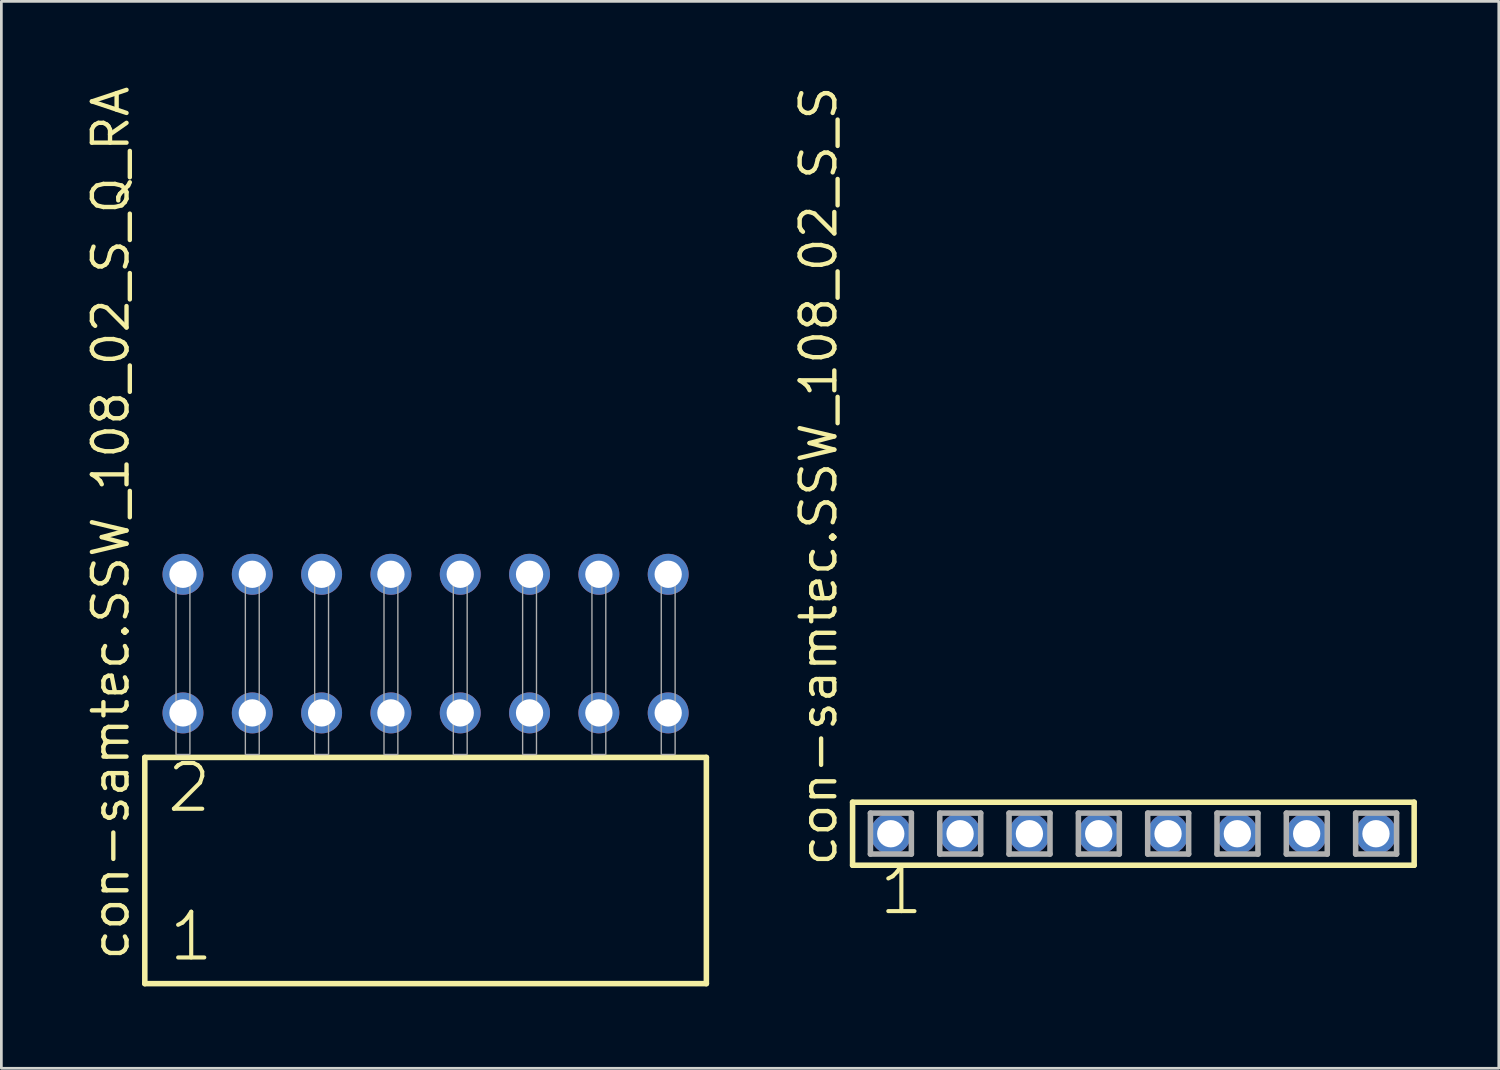
<source format=kicad_pcb>
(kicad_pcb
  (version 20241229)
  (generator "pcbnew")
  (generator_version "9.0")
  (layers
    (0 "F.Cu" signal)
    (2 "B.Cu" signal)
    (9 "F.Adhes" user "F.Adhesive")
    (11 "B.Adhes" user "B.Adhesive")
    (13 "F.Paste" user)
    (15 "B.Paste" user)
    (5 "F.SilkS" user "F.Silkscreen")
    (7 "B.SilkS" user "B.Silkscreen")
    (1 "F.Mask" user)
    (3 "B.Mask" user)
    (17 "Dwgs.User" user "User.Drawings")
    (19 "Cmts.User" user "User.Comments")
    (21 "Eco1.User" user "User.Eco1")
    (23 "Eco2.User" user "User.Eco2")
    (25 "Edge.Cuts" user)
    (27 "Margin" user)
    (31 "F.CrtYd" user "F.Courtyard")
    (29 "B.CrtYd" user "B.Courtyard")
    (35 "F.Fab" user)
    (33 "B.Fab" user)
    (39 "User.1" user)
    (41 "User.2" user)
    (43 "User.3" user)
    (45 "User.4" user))
  (footprint "con-samtec.SSW_108_02_S_Q_RA"
    (layer "F.Cu")
    (at 12.545 24.598)
    (property "Reference" "con-samtec.SSW_108_02_S_Q_RA" (at -10.795 7.62 90) (layer "F.SilkS") (effects (font (size 1.27 1.27) (thickness 0.16)) (justify left bottom)))
    (attr through_hole)
    (fp_line (start -10.289 0.106) (end -10.289 8.396) (stroke (width 0.203) (type default)) (layer "F.SilkS"))
    (fp_line (start -10.289 8.396) (end 10.289 8.396) (stroke (width 0.203) (type default)) (layer "F.SilkS"))
    (fp_line (start 10.289 0.106) (end -10.289 0.106) (stroke (width 0.203) (type default)) (layer "F.SilkS"))
    (fp_line (start 10.289 8.396) (end 10.289 0.106) (stroke (width 0.203) (type default)) (layer "F.SilkS"))
    (fp_rect (start -9.144 0) (end -8.636 -6.858) (stroke (width 0.05) (type default)) (fill no) (layer "F.Fab"))
    (fp_rect (start -6.604 0) (end -6.096 -6.858) (stroke (width 0.05) (type default)) (fill no) (layer "F.Fab"))
    (fp_rect (start -4.064 0) (end -3.556 -6.858) (stroke (width 0.05) (type default)) (fill no) (layer "F.Fab"))
    (fp_rect (start -1.524 0) (end -1.016 -6.858) (stroke (width 0.05) (type default)) (fill no) (layer "F.Fab"))
    (fp_rect (start 1.016 0) (end 1.524 -6.858) (stroke (width 0.05) (type default)) (fill no) (layer "F.Fab"))
    (fp_rect (start 3.556 0) (end 4.064 -6.858) (stroke (width 0.05) (type default)) (fill no) (layer "F.Fab"))
    (fp_rect (start 6.096 0) (end 6.604 -6.858) (stroke (width 0.05) (type default)) (fill no) (layer "F.Fab"))
    (fp_rect (start 8.636 0) (end 9.144 -6.858) (stroke (width 0.05) (type default)) (fill no) (layer "F.Fab"))
    (fp_text user "1" (at -9.485 7.65 0) (layer "F.SilkS") (effects (font (size 1.676 1.676) (thickness 0.15)) (justify left bottom)))
    (fp_text user "2" (at -9.56 2.2 0) (layer "F.SilkS") (effects (font (size 1.676 1.676) (thickness 0.15)) (justify left bottom)))
    (pad "1" thru_hole circle (at -8.89 -1.524) (size 1.5 1.5) (drill 1) (layers "*.Cu" "*.Mask"))
    (pad "2" thru_hole circle (at -8.89 -6.604) (size 1.5 1.5) (drill 1) (layers "*.Cu" "*.Mask"))
    (pad "3" thru_hole circle (at -6.35 -1.524) (size 1.5 1.5) (drill 1) (layers "*.Cu" "*.Mask"))
    (pad "4" thru_hole circle (at -6.35 -6.604) (size 1.5 1.5) (drill 1) (layers "*.Cu" "*.Mask"))
    (pad "5" thru_hole circle (at -3.81 -1.524) (size 1.5 1.5) (drill 1) (layers "*.Cu" "*.Mask"))
    (pad "6" thru_hole circle (at -3.81 -6.604) (size 1.5 1.5) (drill 1) (layers "*.Cu" "*.Mask"))
    (pad "7" thru_hole circle (at -1.27 -1.524) (size 1.5 1.5) (drill 1) (layers "*.Cu" "*.Mask"))
    (pad "8" thru_hole circle (at -1.27 -6.604) (size 1.5 1.5) (drill 1) (layers "*.Cu" "*.Mask"))
    (pad "9" thru_hole circle (at 1.27 -1.524) (size 1.5 1.5) (drill 1) (layers "*.Cu" "*.Mask"))
    (pad "10" thru_hole circle (at 1.27 -6.604) (size 1.5 1.5) (drill 1) (layers "*.Cu" "*.Mask"))
    (pad "11" thru_hole circle (at 3.81 -1.524) (size 1.5 1.5) (drill 1) (layers "*.Cu" "*.Mask"))
    (pad "12" thru_hole circle (at 3.81 -6.604) (size 1.5 1.5) (drill 1) (layers "*.Cu" "*.Mask"))
    (pad "13" thru_hole circle (at 6.35 -1.524) (size 1.5 1.5) (drill 1) (layers "*.Cu" "*.Mask"))
    (pad "14" thru_hole circle (at 6.35 -6.604) (size 1.5 1.5) (drill 1) (layers "*.Cu" "*.Mask"))
    (pad "15" thru_hole circle (at 8.89 -1.524) (size 1.5 1.5) (drill 1) (layers "*.Cu" "*.Mask"))
    (pad "16" thru_hole circle (at 8.89 -6.604) (size 1.5 1.5) (drill 1) (layers "*.Cu" "*.Mask")))
  (footprint "con-samtec.SSW_108_02_S_S"
    (layer "F.Cu")
    (at 38.481 27.501)
    (property "Reference" "con-samtec.SSW_108_02_S_S" (at -10.795 1.27 90) (layer "F.SilkS") (effects (font (size 1.27 1.27) (thickness 0.16)) (justify left bottom)))
    (attr through_hole)
    (fp_line (start -10.289 -1.155) (end 10.289 -1.155) (stroke (width 0.203) (type default)) (layer "F.SilkS"))
    (fp_line (start -10.289 1.155) (end -10.289 -1.155) (stroke (width 0.203) (type default)) (layer "F.SilkS"))
    (fp_line (start 10.289 -1.155) (end 10.289 1.155) (stroke (width 0.203) (type default)) (layer "F.SilkS"))
    (fp_line (start 10.289 1.155) (end -10.289 1.155) (stroke (width 0.203) (type default)) (layer "F.SilkS"))
    (fp_line (start -9.635 -0.755) (end -8.135 -0.755) (stroke (width 0.203) (type default)) (layer "F.Fab"))
    (fp_line (start -9.635 0.745) (end -9.635 -0.755) (stroke (width 0.203) (type default)) (layer "F.Fab"))
    (fp_line (start -8.135 -0.755) (end -8.135 0.745) (stroke (width 0.203) (type default)) (layer "F.Fab"))
    (fp_line (start -8.135 0.745) (end -9.635 0.745) (stroke (width 0.203) (type default)) (layer "F.Fab"))
    (fp_line (start -7.095 -0.755) (end -5.595 -0.755) (stroke (width 0.203) (type default)) (layer "F.Fab"))
    (fp_line (start -7.095 0.745) (end -7.095 -0.755) (stroke (width 0.203) (type default)) (layer "F.Fab"))
    (fp_line (start -5.595 -0.755) (end -5.595 0.745) (stroke (width 0.203) (type default)) (layer "F.Fab"))
    (fp_line (start -5.595 0.745) (end -7.095 0.745) (stroke (width 0.203) (type default)) (layer "F.Fab"))
    (fp_line (start -4.555 -0.755) (end -3.055 -0.755) (stroke (width 0.203) (type default)) (layer "F.Fab"))
    (fp_line (start -4.555 0.745) (end -4.555 -0.755) (stroke (width 0.203) (type default)) (layer "F.Fab"))
    (fp_line (start -3.055 -0.755) (end -3.055 0.745) (stroke (width 0.203) (type default)) (layer "F.Fab"))
    (fp_line (start -3.055 0.745) (end -4.555 0.745) (stroke (width 0.203) (type default)) (layer "F.Fab"))
    (fp_line (start -2.015 -0.755) (end -0.515 -0.755) (stroke (width 0.203) (type default)) (layer "F.Fab"))
    (fp_line (start -2.015 0.745) (end -2.015 -0.755) (stroke (width 0.203) (type default)) (layer "F.Fab"))
    (fp_line (start -0.515 -0.755) (end -0.515 0.745) (stroke (width 0.203) (type default)) (layer "F.Fab"))
    (fp_line (start -0.515 0.745) (end -2.015 0.745) (stroke (width 0.203) (type default)) (layer "F.Fab"))
    (fp_line (start 0.525 -0.755) (end 2.025 -0.755) (stroke (width 0.203) (type default)) (layer "F.Fab"))
    (fp_line (start 0.525 0.745) (end 0.525 -0.755) (stroke (width 0.203) (type default)) (layer "F.Fab"))
    (fp_line (start 2.025 -0.755) (end 2.025 0.745) (stroke (width 0.203) (type default)) (layer "F.Fab"))
    (fp_line (start 2.025 0.745) (end 0.525 0.745) (stroke (width 0.203) (type default)) (layer "F.Fab"))
    (fp_line (start 3.065 -0.755) (end 4.565 -0.755) (stroke (width 0.203) (type default)) (layer "F.Fab"))
    (fp_line (start 3.065 0.745) (end 3.065 -0.755) (stroke (width 0.203) (type default)) (layer "F.Fab"))
    (fp_line (start 4.565 -0.755) (end 4.565 0.745) (stroke (width 0.203) (type default)) (layer "F.Fab"))
    (fp_line (start 4.565 0.745) (end 3.065 0.745) (stroke (width 0.203) (type default)) (layer "F.Fab"))
    (fp_line (start 5.605 -0.755) (end 7.105 -0.755) (stroke (width 0.203) (type default)) (layer "F.Fab"))
    (fp_line (start 5.605 0.745) (end 5.605 -0.755) (stroke (width 0.203) (type default)) (layer "F.Fab"))
    (fp_line (start 7.105 -0.755) (end 7.105 0.745) (stroke (width 0.203) (type default)) (layer "F.Fab"))
    (fp_line (start 7.105 0.745) (end 5.605 0.745) (stroke (width 0.203) (type default)) (layer "F.Fab"))
    (fp_line (start 8.145 -0.755) (end 9.645 -0.755) (stroke (width 0.203) (type default)) (layer "F.Fab"))
    (fp_line (start 8.145 0.745) (end 8.145 -0.755) (stroke (width 0.203) (type default)) (layer "F.Fab"))
    (fp_line (start 9.645 -0.755) (end 9.645 0.745) (stroke (width 0.203) (type default)) (layer "F.Fab"))
    (fp_line (start 9.645 0.745) (end 8.145 0.745) (stroke (width 0.203) (type default)) (layer "F.Fab"))
    (fp_text user "1" (at -9.398 3.048 0) (layer "F.SilkS") (effects (font (size 1.676 1.676) (thickness 0.15)) (justify left bottom)))
    (pad "1" thru_hole circle (at -8.89 0) (size 1.5 1.5) (drill 1) (layers "*.Cu" "*.Mask"))
    (pad "2" thru_hole circle (at -6.35 0) (size 1.5 1.5) (drill 1) (layers "*.Cu" "*.Mask"))
    (pad "3" thru_hole circle (at -3.81 0) (size 1.5 1.5) (drill 1) (layers "*.Cu" "*.Mask"))
    (pad "4" thru_hole circle (at -1.27 0) (size 1.5 1.5) (drill 1) (layers "*.Cu" "*.Mask"))
    (pad "5" thru_hole circle (at 1.27 0) (size 1.5 1.5) (drill 1) (layers "*.Cu" "*.Mask"))
    (pad "6" thru_hole circle (at 3.81 0) (size 1.5 1.5) (drill 1) (layers "*.Cu" "*.Mask"))
    (pad "7" thru_hole circle (at 6.35 0) (size 1.5 1.5) (drill 1) (layers "*.Cu" "*.Mask"))
    (pad "8" thru_hole circle (at 8.89 0) (size 1.5 1.5) (drill 1) (layers "*.Cu" "*.Mask")))
  (gr_rect
    (start -3 -3)
    (end 51.871 36.096)
    (stroke (width 0.1) (type default))
    (fill no)
    (layer "Edge.Cuts")))
</source>
